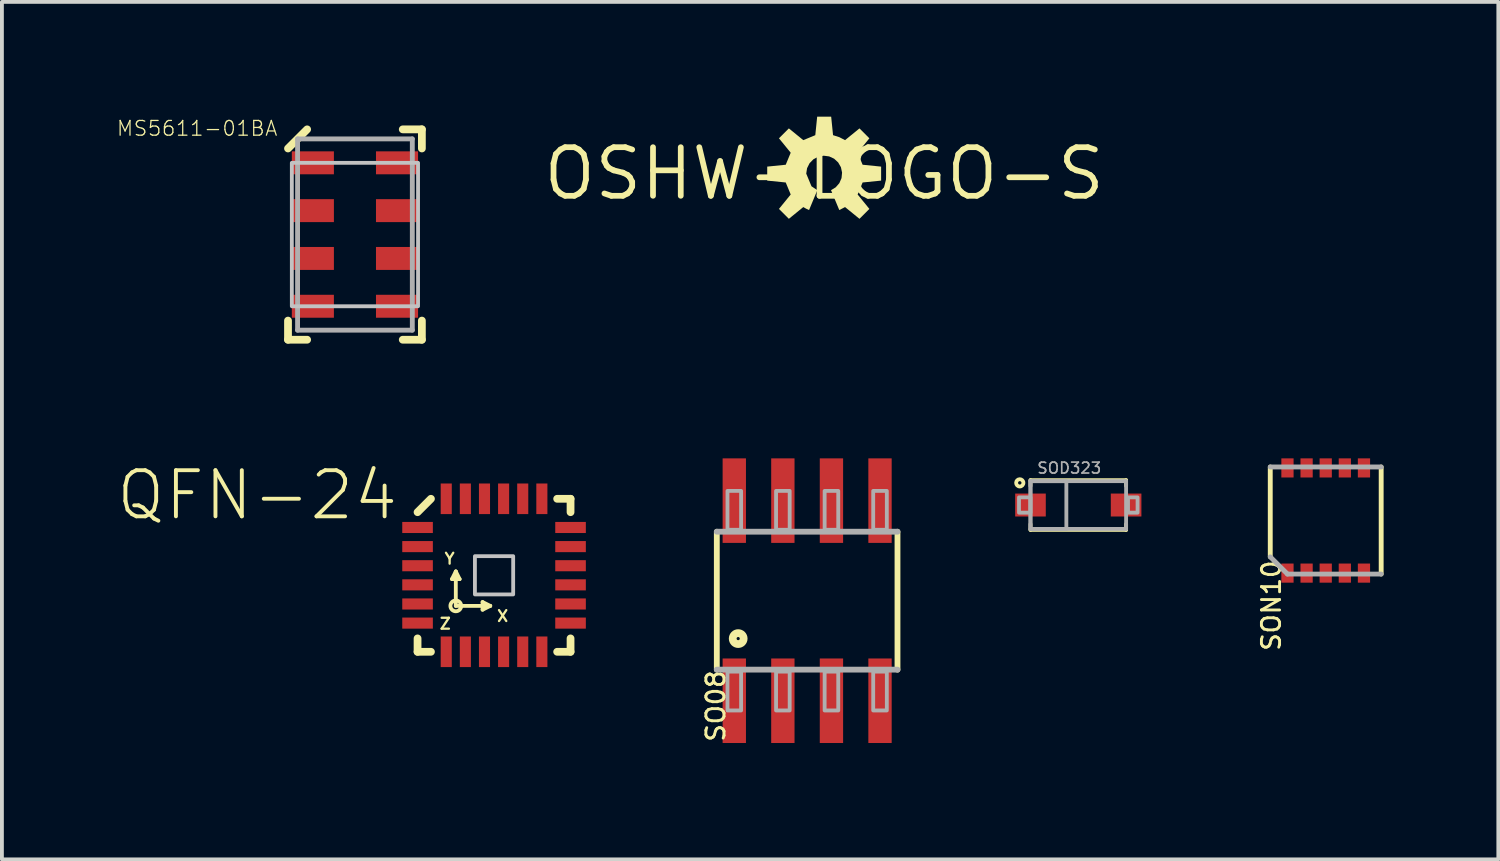
<source format=kicad_pcb>
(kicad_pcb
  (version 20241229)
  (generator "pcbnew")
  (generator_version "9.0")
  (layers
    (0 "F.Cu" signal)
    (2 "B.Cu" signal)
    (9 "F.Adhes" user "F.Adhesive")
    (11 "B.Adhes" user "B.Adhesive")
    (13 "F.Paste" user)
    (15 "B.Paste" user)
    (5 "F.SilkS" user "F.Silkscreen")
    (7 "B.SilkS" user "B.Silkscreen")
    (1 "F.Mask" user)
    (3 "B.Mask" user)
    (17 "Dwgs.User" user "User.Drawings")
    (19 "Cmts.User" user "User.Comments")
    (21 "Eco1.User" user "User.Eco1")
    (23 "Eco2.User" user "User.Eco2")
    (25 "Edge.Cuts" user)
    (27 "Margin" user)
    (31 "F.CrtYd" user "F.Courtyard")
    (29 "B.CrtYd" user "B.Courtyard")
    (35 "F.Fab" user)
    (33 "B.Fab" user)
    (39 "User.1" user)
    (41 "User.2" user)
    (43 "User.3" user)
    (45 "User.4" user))
  (footprint "SO08"
    (layer "F.Cu")
    (at 18.053 12.655)
    (property "Reference" "SO08" (at -2.667 1.778 90) (layer "F.SilkS") (effects (font (size 0.475 0.475) (thickness 0.075)) (justify right top)))
    (attr through_hole)
    (fp_line (start -2.362 -1.803) (end -2.362 1.803) (stroke (width 0.152) (type solid)) (layer "F.SilkS"))
    (fp_line (start 2.362 1.803) (end 2.362 -1.803) (stroke (width 0.152) (type solid)) (layer "F.SilkS"))
    (fp_circle (center -1.803 0.991) (end -1.66 0.991) (stroke (width 0.203) (type solid)) (fill no) (layer "F.SilkS"))
    (fp_line (start -2.362 1.803) (end 2.362 1.803) (stroke (width 0.152) (type solid)) (layer "F.Fab"))
    (fp_line (start 2.362 -1.803) (end -2.362 -1.803) (stroke (width 0.152) (type solid)) (layer "F.Fab"))
    (fp_poly (pts (xy -2.083 -1.854) (xy -1.727 -1.854) (xy -1.727 -2.87) (xy -2.083 -2.87)) (stroke (width 0.1) (type solid)) (fill no) (layer "F.Fab"))
    (fp_poly (pts (xy -2.083 2.87) (xy -1.727 2.87) (xy -1.727 1.854) (xy -2.083 1.854)) (stroke (width 0.1) (type solid)) (fill no) (layer "F.Fab"))
    (fp_poly (pts (xy -0.813 -1.854) (xy -0.457 -1.854) (xy -0.457 -2.87) (xy -0.813 -2.87)) (stroke (width 0.1) (type solid)) (fill no) (layer "F.Fab"))
    (fp_poly (pts (xy -0.813 2.87) (xy -0.457 2.87) (xy -0.457 1.854) (xy -0.813 1.854)) (stroke (width 0.1) (type solid)) (fill no) (layer "F.Fab"))
    (fp_poly (pts (xy 0.457 -1.854) (xy 0.813 -1.854) (xy 0.813 -2.87) (xy 0.457 -2.87)) (stroke (width 0.1) (type solid)) (fill no) (layer "F.Fab"))
    (fp_poly (pts (xy 0.457 2.87) (xy 0.813 2.87) (xy 0.813 1.854) (xy 0.457 1.854)) (stroke (width 0.1) (type solid)) (fill no) (layer "F.Fab"))
    (fp_poly (pts (xy 1.727 -1.854) (xy 2.083 -1.854) (xy 2.083 -2.87) (xy 1.727 -2.87)) (stroke (width 0.1) (type solid)) (fill no) (layer "F.Fab"))
    (fp_poly (pts (xy 1.727 2.87) (xy 2.083 2.87) (xy 2.083 1.854) (xy 1.727 1.854)) (stroke (width 0.1) (type solid)) (fill no) (layer "F.Fab"))
    (pad "1" smd rect (at -1.905 2.616) (size 0.61 2.21) (layers "F.Cu" "F.Mask" "F.Paste"))
    (pad "2" smd rect (at -0.635 2.616) (size 0.61 2.21) (layers "F.Cu" "F.Mask" "F.Paste"))
    (pad "3" smd rect (at 0.635 2.616) (size 0.61 2.21) (layers "F.Cu" "F.Mask" "F.Paste"))
    (pad "4" smd rect (at 1.905 2.616) (size 0.61 2.21) (layers "F.Cu" "F.Mask" "F.Paste"))
    (pad "5" smd rect (at 1.905 -2.616) (size 0.61 2.21) (layers "F.Cu" "F.Mask" "F.Paste"))
    (pad "6" smd rect (at 0.635 -2.616) (size 0.61 2.21) (layers "F.Cu" "F.Mask" "F.Paste"))
    (pad "7" smd rect (at -0.635 -2.616) (size 0.61 2.21) (layers "F.Cu" "F.Mask" "F.Paste"))
    (pad "8" smd rect (at -1.905 -2.616) (size 0.61 2.21) (layers "F.Cu" "F.Mask" "F.Paste")))
  (footprint "SOD323"
    (layer "F.Cu")
    (at 25.142 10.154)
    (property "Reference" "SOD323" (at -1.1 -0.8 0) (layer "F.Fab") (effects (font (size 0.285 0.285) (thickness 0.045)) (justify left bottom)))
    (attr through_hole)
    (fp_line (start -1.25 -0.65) (end 1.25 -0.65) (stroke (width 0.1) (type solid)) (layer "F.SilkS"))
    (fp_line (start -1.25 -0.5) (end -1.25 -0.65) (stroke (width 0.1) (type solid)) (layer "F.SilkS"))
    (fp_line (start -1.25 0.5) (end -1.25 0.65) (stroke (width 0.1) (type solid)) (layer "F.SilkS"))
    (fp_line (start -1.25 0.65) (end 1.25 0.65) (stroke (width 0.1) (type solid)) (layer "F.SilkS"))
    (fp_line (start 1.25 -0.65) (end 1.25 -0.5) (stroke (width 0.1) (type solid)) (layer "F.SilkS"))
    (fp_line (start 1.25 0.65) (end 1.25 0.5) (stroke (width 0.1) (type solid)) (layer "F.SilkS"))
    (fp_circle (center -1.53 -0.58) (end -1.485 -0.58) (stroke (width 0.1) (type solid)) (fill no) (layer "F.SilkS"))
    (fp_line (start -1.25 -0.625) (end 1.25 -0.625) (stroke (width 0.1) (type solid)) (layer "F.Fab"))
    (fp_line (start -1.25 0.625) (end -1.25 -0.625) (stroke (width 0.1) (type solid)) (layer "F.Fab"))
    (fp_line (start 1.25 -0.625) (end 1.25 0.625) (stroke (width 0.1) (type solid)) (layer "F.Fab"))
    (fp_line (start 1.25 0.625) (end -1.25 0.625) (stroke (width 0.1) (type solid)) (layer "F.Fab"))
    (fp_poly (pts (xy -1.55 0.2) (xy -1.25 0.2) (xy -1.25 -0.2) (xy -1.55 -0.2)) (stroke (width 0.1) (type solid)) (fill no) (layer "F.Fab"))
    (fp_poly (pts (xy -1.25 0.625) (xy -0.312 0.625) (xy -0.312 -0.625) (xy -1.25 -0.625)) (stroke (width 0.1) (type solid)) (fill no) (layer "F.Fab"))
    (fp_poly (pts (xy 1.3 0.2) (xy 1.55 0.2) (xy 1.55 -0.2) (xy 1.3 -0.2)) (stroke (width 0.1) (type solid)) (fill no) (layer "F.Fab"))
    (pad "A" smd rect (at 1.25 0) (size 0.8 0.6) (layers "F.Cu" "F.Mask" "F.Paste"))
    (pad "C" smd rect (at -1.25 0) (size 0.8 0.6) (layers "F.Cu" "F.Mask" "F.Paste")))
  (footprint "OSHW-LOGO-S"
    (layer "F.Cu")
    (at 18.498 1.489)
    (property "Reference" "OSHW-LOGO-S" (at 0 0 0) (layer "F.SilkS") (effects (font (size 1.27 1.27) (thickness 0.15))))
    (attr through_hole)
    (fp_poly (pts (xy 0.395 0.953) (xy 0.546 0.875) (xy 0.923 1.182) (xy 1.182 0.923) (xy 0.875 0.546) (xy 1.005 0.232) (xy 1.489 0.183) (xy 1.489 -0.183) (xy 1.005 -0.232) (xy 0.875 -0.546) (xy 1.182 -0.923) (xy 0.923 -1.182) (xy 0.546 -0.875) (xy 0.395 -0.953) (xy 0.232 -1.005) (xy 0.183 -1.489) (xy -0.183 -1.489) (xy -0.232 -1.005) (xy -0.546 -0.875) (xy -0.923 -1.182) (xy -1.182 -0.923) (xy -0.875 -0.546) (xy -1.005 -0.232) (xy -1.489 -0.183) (xy -1.489 0.183) (xy -1.005 0.232) (xy -0.875 0.546) (xy -1.182 0.923) (xy -0.923 1.182) (xy -0.546 0.875) (xy -0.472 0.917) (xy -0.395 0.953) (xy -0.179 0.433) (xy -0.179 0.433) (xy -0.332 0.331) (xy -0.469 0) (xy -0.447 -0.142) (xy -0.382 -0.271) (xy -0.282 -0.374) (xy -0.155 -0.442) (xy -0.013 -0.468) (xy 0.13 -0.45) (xy 0.26 -0.39) (xy 0.366 -0.292) (xy 0.438 -0.167) (xy 0.468 -0.026) (xy 0.454 0.117) (xy 0.397 0.249) (xy 0.302 0.358) (xy 0.179 0.433)) (stroke (width 0) (type solid)) (fill yes) (layer "F.SilkS")))
  (footprint "MS5611-01BA"
    (layer "F.Cu")
    (at 6.23 3.082)
    (property "Reference" "MS5611-01BA" (at -2 -3 0) (layer "F.SilkS") (effects (font (size 0.386 0.386) (thickness 0.033)) (justify right top)))
    (attr through_hole)
    (fp_line (start -1.75 -2.25) (end -1.25 -2.75) (stroke (width 0.203) (type solid)) (layer "F.SilkS"))
    (fp_line (start -1.75 2.75) (end -1.75 2.25) (stroke (width 0.203) (type solid)) (layer "F.SilkS"))
    (fp_line (start -1.25 2.75) (end -1.75 2.75) (stroke (width 0.203) (type solid)) (layer "F.SilkS"))
    (fp_line (start 1.25 -2.75) (end 1.75 -2.75) (stroke (width 0.203) (type solid)) (layer "F.SilkS"))
    (fp_line (start 1.25 2.75) (end 1.75 2.75) (stroke (width 0.203) (type solid)) (layer "F.SilkS"))
    (fp_line (start 1.75 -2.75) (end 1.75 -2.25) (stroke (width 0.203) (type solid)) (layer "F.SilkS"))
    (fp_line (start 1.75 2.75) (end 1.75 2.25) (stroke (width 0.203) (type solid)) (layer "F.SilkS"))
    (fp_line (start -1.5 -2.5) (end 1.5 -2.5) (stroke (width 0.002) (type solid)) (layer "Dwgs.User"))
    (fp_line (start -1.5 2.5) (end -1.5 -2.5) (stroke (width 0.002) (type solid)) (layer "Dwgs.User"))
    (fp_line (start 1.5 -2.5) (end 1.5 2.5) (stroke (width 0.002) (type solid)) (layer "Dwgs.User"))
    (fp_line (start 1.5 2.5) (end -1.5 2.5) (stroke (width 0.002) (type solid)) (layer "Dwgs.User"))
    (fp_poly (pts (xy -1.65 1.875) (xy 1.65 1.875) (xy 1.65 -1.875) (xy -1.65 -1.875)) (stroke (width 0.1) (type solid)) (fill no) (layer "Dwgs.User"))
    (fp_line (start -1.5 -2.5) (end 1.5 -2.5) (stroke (width 0.127) (type solid)) (layer "F.Fab"))
    (fp_line (start -1.5 2.5) (end -1.5 -2.5) (stroke (width 0.127) (type solid)) (layer "F.Fab"))
    (fp_line (start 1.5 -2.5) (end 1.5 2.5) (stroke (width 0.127) (type solid)) (layer "F.Fab"))
    (fp_line (start 1.5 2.5) (end -1.5 2.5) (stroke (width 0.127) (type solid)) (layer "F.Fab"))
    (pad "1" smd rect (at -1.1 -1.875) (size 1.1 0.6) (layers "F.Cu" "F.Mask" "F.Paste"))
    (pad "2" smd rect (at -1.1 -0.625) (size 1.1 0.6) (layers "F.Cu" "F.Mask" "F.Paste"))
    (pad "3" smd rect (at -1.1 0.625) (size 1.1 0.6) (layers "F.Cu" "F.Mask" "F.Paste"))
    (pad "4" smd rect (at -1.1 1.875) (size 1.1 0.6) (layers "F.Cu" "F.Mask" "F.Paste"))
    (pad "5" smd rect (at 1.1 1.875 180) (size 1.1 0.6) (layers "F.Cu" "F.Mask" "F.Paste"))
    (pad "6" smd rect (at 1.1 0.625 180) (size 1.1 0.6) (layers "F.Cu" "F.Mask" "F.Paste"))
    (pad "7" smd rect (at 1.1 -0.625 180) (size 1.1 0.6) (layers "F.Cu" "F.Mask" "F.Paste"))
    (pad "8" smd rect (at 1.1 -1.875 180) (size 1.1 0.6) (layers "F.Cu" "F.Mask" "F.Paste")))
  (footprint "SON10"
    (layer "F.Cu")
    (at 31.611 10.559)
    (property "Reference" "SON10" (at -1.7 1 90) (layer "F.SilkS") (effects (font (size 0.475 0.475) (thickness 0.075)) (justify right top)))
    (attr through_hole)
    (fp_line (start -1.45 -1.4) (end -1.45 0.95) (stroke (width 0.127) (type solid)) (layer "F.SilkS"))
    (fp_line (start 1.45 1.4) (end 1.45 -1.4) (stroke (width 0.127) (type solid)) (layer "F.SilkS"))
    (fp_line (start -1.45 -1.4) (end 1.45 -1.4) (stroke (width 0.127) (type solid)) (layer "F.Fab"))
    (fp_line (start -1.45 0.95) (end -1 1.4) (stroke (width 0.127) (type solid)) (layer "F.Fab"))
    (fp_line (start -1 1.4) (end 1.45 1.4) (stroke (width 0.127) (type solid)) (layer "F.Fab"))
    (pad "1" smd rect (at -1 1.375) (size 0.32 0.5) (layers "F.Cu" "F.Mask" "F.Paste"))
    (pad "2" smd rect (at -0.5 1.375) (size 0.32 0.5) (layers "F.Cu" "F.Mask" "F.Paste"))
    (pad "3" smd rect (at 0 1.375) (size 0.32 0.5) (layers "F.Cu" "F.Mask" "F.Paste"))
    (pad "4" smd rect (at 0.5 1.375) (size 0.32 0.5) (layers "F.Cu" "F.Mask" "F.Paste"))
    (pad "5" smd rect (at 1 1.375) (size 0.32 0.5) (layers "F.Cu" "F.Mask" "F.Paste"))
    (pad "6" smd rect (at 1 -1.375) (size 0.32 0.5) (layers "F.Cu" "F.Mask" "F.Paste"))
    (pad "7" smd rect (at 0.5 -1.375) (size 0.32 0.5) (layers "F.Cu" "F.Mask" "F.Paste"))
    (pad "8" smd rect (at 0 -1.375) (size 0.32 0.5) (layers "F.Cu" "F.Mask" "F.Paste"))
    (pad "9" smd rect (at -0.5 -1.375) (size 0.32 0.5) (layers "F.Cu" "F.Mask" "F.Paste"))
    (pad "10" smd rect (at -1 -1.375) (size 0.32 0.5) (layers "F.Cu" "F.Mask" "F.Paste")))
  (footprint "QFN-24"
    (layer "F.Cu")
    (at 9.867 11.991)
    (property "Reference" "QFN-24" (at -2.45 -2.8 0) (layer "F.SilkS") (effects (font (size 1.206 1.206) (thickness 0.102)) (justify right top)))
    (attr through_hole)
    (fp_poly (pts (xy -0.5 0.5) (xy 0.5 0.5) (xy 0.5 -0.5) (xy -0.5 -0.5)) (stroke (width 0) (type solid)) (fill yes) (layer "F.Mask"))
    (fp_line (start -2 2) (end -2 1.65) (stroke (width 0.203) (type solid)) (layer "F.SilkS"))
    (fp_line (start -1.65 -2) (end -2 -1.65) (stroke (width 0.203) (type solid)) (layer "F.SilkS"))
    (fp_line (start -1.65 2) (end -2 2) (stroke (width 0.203) (type solid)) (layer "F.SilkS"))
    (fp_line (start -1.1 0.1) (end -0.9 0.1) (stroke (width 0.1) (type solid)) (layer "F.SilkS"))
    (fp_line (start -1 -0.1) (end -1.1 0.1) (stroke (width 0.1) (type solid)) (layer "F.SilkS"))
    (fp_line (start -1 0.8) (end -1 -0.1) (stroke (width 0.1) (type solid)) (layer "F.SilkS"))
    (fp_line (start -1 0.8) (end -0.1 0.8) (stroke (width 0.1) (type solid)) (layer "F.SilkS"))
    (fp_line (start -0.9 0.1) (end -1 -0.1) (stroke (width 0.1) (type solid)) (layer "F.SilkS"))
    (fp_line (start -0.3 0.7) (end -0.1 0.8) (stroke (width 0.1) (type solid)) (layer "F.SilkS"))
    (fp_line (start -0.3 0.9) (end -0.3 0.7) (stroke (width 0.1) (type solid)) (layer "F.SilkS"))
    (fp_line (start -0.1 0.8) (end -0.3 0.9) (stroke (width 0.1) (type solid)) (layer "F.SilkS"))
    (fp_line (start 1.65 2) (end 2 2) (stroke (width 0.203) (type solid)) (layer "F.SilkS"))
    (fp_line (start 2 -2) (end 1.65 -2) (stroke (width 0.203) (type solid)) (layer "F.SilkS"))
    (fp_line (start 2 -1.65) (end 2 -2) (stroke (width 0.203) (type solid)) (layer "F.SilkS"))
    (fp_line (start 2 1.65) (end 2 2) (stroke (width 0.203) (type solid)) (layer "F.SilkS"))
    (fp_circle (center -1 0.8) (end -0.859 0.8) (stroke (width 0.1) (type solid)) (fill no) (layer "F.SilkS"))
    (fp_poly (pts (xy -0.3 0.3) (xy 0.3 0.3) (xy 0.3 -0.3) (xy -0.3 -0.3)) (stroke (width 0) (type solid)) (fill yes) (layer "F.Paste"))
    (fp_line (start -2 -2) (end -2 2) (stroke (width 0.001) (type solid)) (layer "Dwgs.User"))
    (fp_line (start -2 2) (end 2 2) (stroke (width 0.001) (type solid)) (layer "Dwgs.User"))
    (fp_line (start 2 -2) (end -2 -2) (stroke (width 0.001) (type solid)) (layer "Dwgs.User"))
    (fp_line (start 2 2) (end 2 -2) (stroke (width 0.001) (type solid)) (layer "Dwgs.User"))
    (fp_poly (pts (xy -0.5 0.5) (xy 0.5 0.5) (xy 0.5 -0.5) (xy -0.5 -0.5)) (stroke (width 0.1) (type solid)) (fill no) (layer "Dwgs.User"))
    (fp_text user "X" (at 0.4 0.9 0) (layer "F.SilkS") (effects (font (size 0.285 0.285) (thickness 0.06)) (justify right top)))
    (fp_text user "Y" (at -1 -0.6 0) (layer "F.SilkS") (effects (font (size 0.285 0.285) (thickness 0.06)) (justify right top)))
    (fp_text user "Z" (at -1.1 1.1 0) (layer "F.SilkS") (effects (font (size 0.285 0.285) (thickness 0.06)) (justify right top)))
    (pad "1" smd rect (at -2 -1.25 180) (size 0.8 0.29) (layers "F.Cu" "F.Mask" "F.Paste"))
    (pad "2" smd rect (at -2 -0.75 180) (size 0.8 0.29) (layers "F.Cu" "F.Mask" "F.Paste"))
    (pad "3" smd rect (at -2 -0.25 180) (size 0.8 0.29) (layers "F.Cu" "F.Mask" "F.Paste"))
    (pad "4" smd rect (at -2 0.25 180) (size 0.8 0.29) (layers "F.Cu" "F.Mask" "F.Paste"))
    (pad "5" smd rect (at -2 0.75 180) (size 0.8 0.29) (layers "F.Cu" "F.Mask" "F.Paste"))
    (pad "6" smd rect (at -2 1.25 180) (size 0.8 0.29) (layers "F.Cu" "F.Mask" "F.Paste"))
    (pad "7" smd rect (at -1.25 2 90) (size 0.8 0.29) (layers "F.Cu" "F.Mask" "F.Paste"))
    (pad "8" smd rect (at -0.75 2 90) (size 0.8 0.29) (layers "F.Cu" "F.Mask" "F.Paste"))
    (pad "9" smd rect (at -0.25 2 90) (size 0.8 0.29) (layers "F.Cu" "F.Mask" "F.Paste"))
    (pad "10" smd rect (at 0.25 2 90) (size 0.8 0.29) (layers "F.Cu" "F.Mask" "F.Paste"))
    (pad "11" smd rect (at 0.75 2 90) (size 0.8 0.29) (layers "F.Cu" "F.Mask" "F.Paste"))
    (pad "12" smd rect (at 1.25 2 90) (size 0.8 0.29) (layers "F.Cu" "F.Mask" "F.Paste"))
    (pad "13" smd rect (at 2 1.25) (size 0.8 0.29) (layers "F.Cu" "F.Mask" "F.Paste"))
    (pad "14" smd rect (at 2 0.75) (size 0.8 0.29) (layers "F.Cu" "F.Mask" "F.Paste"))
    (pad "15" smd rect (at 2 0.25) (size 0.8 0.29) (layers "F.Cu" "F.Mask" "F.Paste"))
    (pad "16" smd rect (at 2 -0.25) (size 0.8 0.29) (layers "F.Cu" "F.Mask" "F.Paste"))
    (pad "17" smd rect (at 2 -0.75) (size 0.8 0.29) (layers "F.Cu" "F.Mask" "F.Paste"))
    (pad "18" smd rect (at 2 -1.25) (size 0.8 0.29) (layers "F.Cu" "F.Mask" "F.Paste"))
    (pad "19" smd rect (at 1.25 -2 270) (size 0.8 0.29) (layers "F.Cu" "F.Mask" "F.Paste"))
    (pad "20" smd rect (at 0.75 -2 270) (size 0.8 0.29) (layers "F.Cu" "F.Mask" "F.Paste"))
    (pad "21" smd rect (at 0.25 -2 270) (size 0.8 0.29) (layers "F.Cu" "F.Mask" "F.Paste"))
    (pad "22" smd rect (at -0.25 -2 270) (size 0.8 0.29) (layers "F.Cu" "F.Mask" "F.Paste"))
    (pad "23" smd rect (at -0.75 -2 270) (size 0.8 0.29) (layers "F.Cu" "F.Mask" "F.Paste"))
    (pad "24" smd rect (at -1.25 -2 270) (size 0.8 0.29) (layers "F.Cu" "F.Mask" "F.Paste")))
  (gr_rect
    (start -3 -3)
    (end 36.124 19.418)
    (stroke (width 0.1) (type default))
    (fill no)
    (layer "Edge.Cuts")))
</source>
